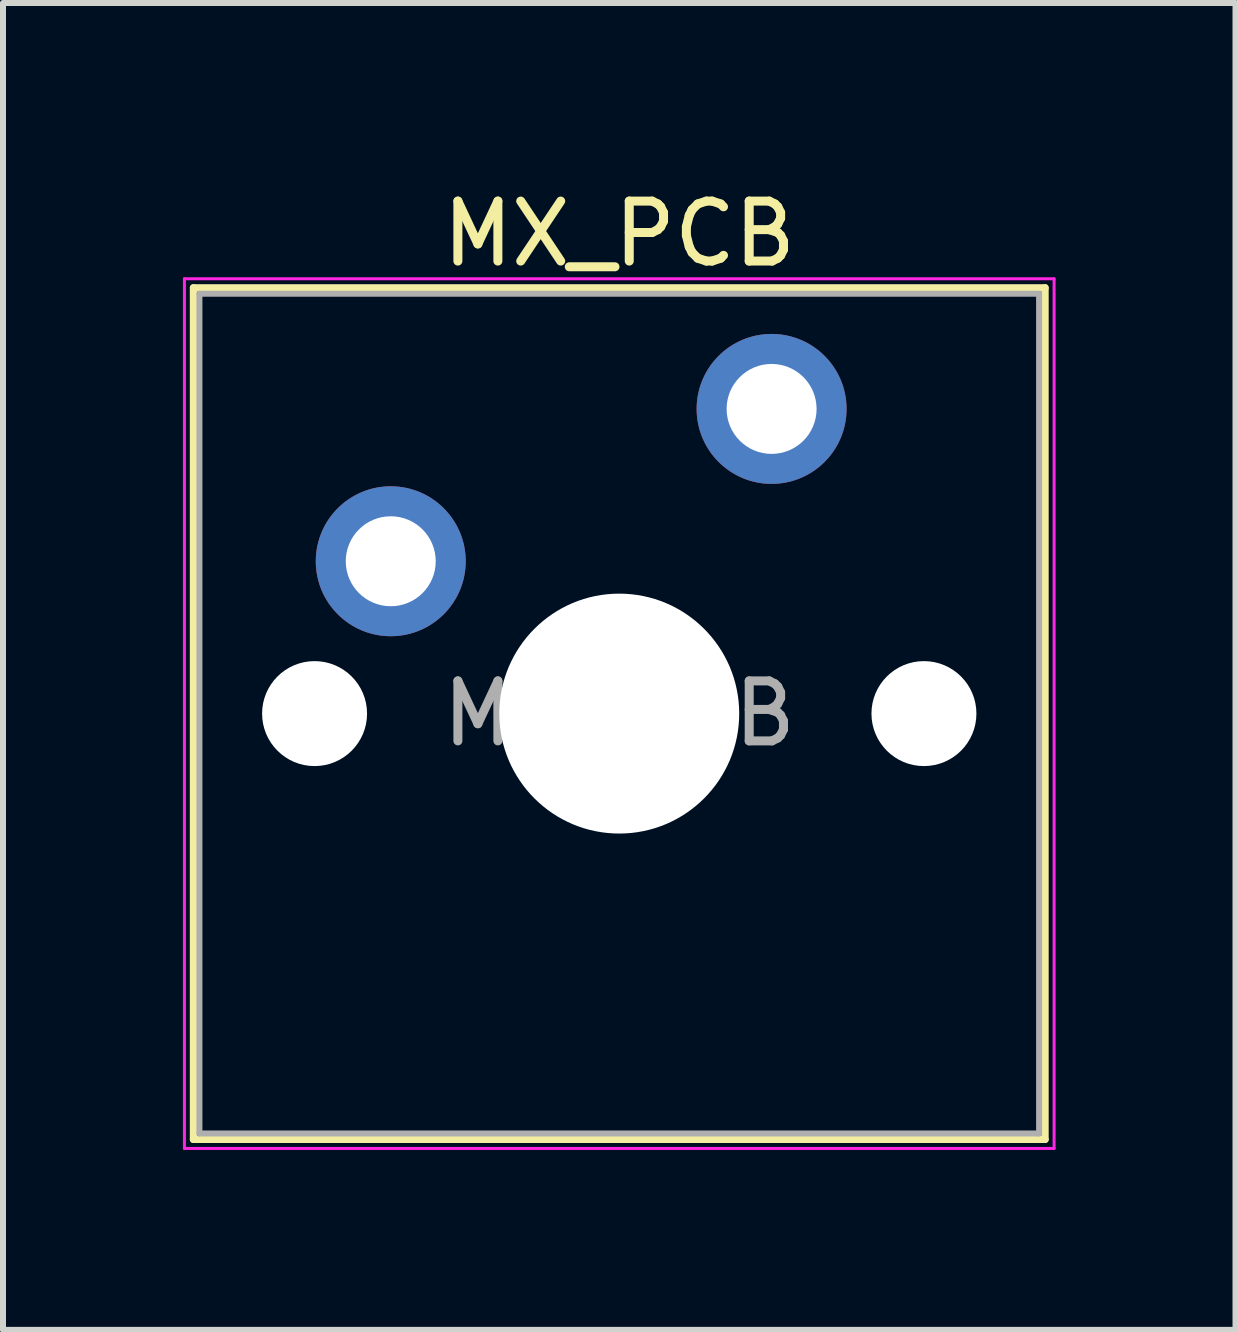
<source format=kicad_pcb>
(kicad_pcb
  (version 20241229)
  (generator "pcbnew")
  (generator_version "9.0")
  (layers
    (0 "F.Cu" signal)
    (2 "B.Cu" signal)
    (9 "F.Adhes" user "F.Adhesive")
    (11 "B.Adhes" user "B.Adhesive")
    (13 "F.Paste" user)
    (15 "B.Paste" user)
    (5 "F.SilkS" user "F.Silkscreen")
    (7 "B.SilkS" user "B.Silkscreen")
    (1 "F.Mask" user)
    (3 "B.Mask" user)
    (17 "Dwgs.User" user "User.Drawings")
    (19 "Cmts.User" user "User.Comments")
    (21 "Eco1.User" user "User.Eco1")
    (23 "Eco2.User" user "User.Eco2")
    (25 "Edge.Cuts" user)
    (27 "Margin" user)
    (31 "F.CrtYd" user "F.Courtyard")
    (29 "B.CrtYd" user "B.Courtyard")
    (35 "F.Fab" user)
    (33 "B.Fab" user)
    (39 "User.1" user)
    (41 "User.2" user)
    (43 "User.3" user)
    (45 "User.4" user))
  (footprint "MX_PCB"
    (layer "F.Cu")
    (at 7.275 8.848)
    (property "Reference" "MX_PCB" (at 0 -8 0) (layer "F.SilkS") (effects (font (size 1 1) (thickness 0.15))))
    (attr through_hole)
    (fp_line (start -7.1 -7.1) (end -7.1 7.1) (stroke (width 0.12) (type solid)) (layer "F.SilkS"))
    (fp_line (start -7.1 7.1) (end 7.1 7.1) (stroke (width 0.12) (type solid)) (layer "F.SilkS"))
    (fp_line (start 7.1 -7.1) (end -7.1 -7.1) (stroke (width 0.12) (type solid)) (layer "F.SilkS"))
    (fp_line (start 7.1 7.1) (end 7.1 -7.1) (stroke (width 0.12) (type solid)) (layer "F.SilkS"))
    (fp_line (start -7 -7) (end -7 7) (stroke (width 0.1) (type solid)) (layer "Eco1.User"))
    (fp_line (start -7 7) (end 7 7) (stroke (width 0.1) (type solid)) (layer "Eco1.User"))
    (fp_line (start 7 -7) (end -7 -7) (stroke (width 0.1) (type solid)) (layer "Eco1.User"))
    (fp_line (start 7 7) (end 7 -7) (stroke (width 0.1) (type solid)) (layer "Eco1.User"))
    (fp_line (start -7.25 -7.25) (end -7.25 7.25) (stroke (width 0.05) (type solid)) (layer "F.CrtYd"))
    (fp_line (start -7.25 7.25) (end 7.25 7.25) (stroke (width 0.05) (type solid)) (layer "F.CrtYd"))
    (fp_line (start 7.25 -7.25) (end -7.25 -7.25) (stroke (width 0.05) (type solid)) (layer "F.CrtYd"))
    (fp_line (start 7.25 7.25) (end 7.25 -7.25) (stroke (width 0.05) (type solid)) (layer "F.CrtYd"))
    (fp_line (start -7 -7) (end -7 7) (stroke (width 0.1) (type solid)) (layer "F.Fab"))
    (fp_line (start -7 7) (end 7 7) (stroke (width 0.1) (type solid)) (layer "F.Fab"))
    (fp_line (start 7 -7) (end -7 -7) (stroke (width 0.1) (type solid)) (layer "F.Fab"))
    (fp_line (start 7 7) (end 7 -7) (stroke (width 0.1) (type solid)) (layer "F.Fab"))
    (fp_text user "${REFERENCE}" (at 0 0 0) (layer "F.Fab") (effects (font (size 1 1) (thickness 0.15))))
    (pad "" np_thru_hole circle (at -5.08 0) (size 1.75 1.75) (drill 1.75) (layers "*.Cu" "*.Mask"))
    (pad "" np_thru_hole circle (at 0 0) (size 4 4) (drill 4) (layers "*.Cu" "*.Mask"))
    (pad "" np_thru_hole circle (at 5.08 0) (size 1.75 1.75) (drill 1.75) (layers "*.Cu" "*.Mask"))
    (pad "1" thru_hole circle (at -3.81 -2.54) (size 2.5 2.5) (drill 1.5) (layers "*.Cu" "*.Mask"))
    (pad "2" thru_hole circle (at 2.54 -5.08) (size 2.5 2.5) (drill 1.5) (layers "*.Cu" "*.Mask")))
  (gr_rect
    (start -3 -3)
    (end 17.55 19.123)
    (stroke (width 0.1) (type default))
    (fill no)
    (layer "Edge.Cuts")))
</source>
